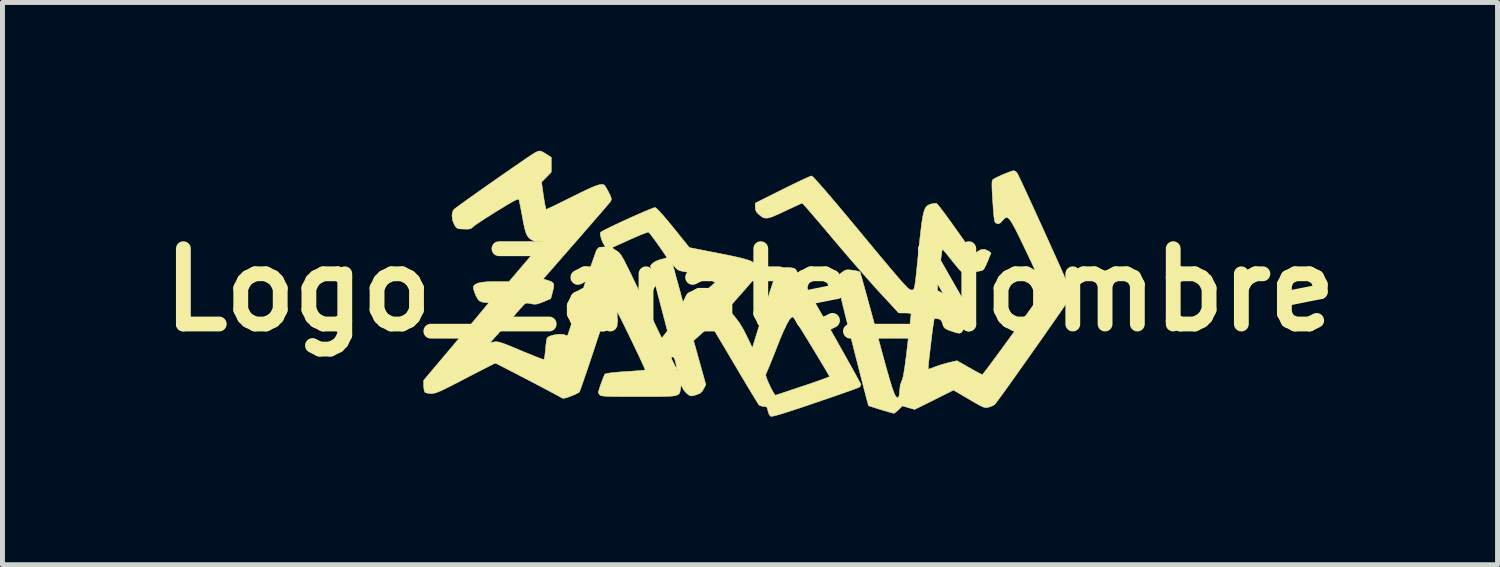
<source format=kicad_pcb>
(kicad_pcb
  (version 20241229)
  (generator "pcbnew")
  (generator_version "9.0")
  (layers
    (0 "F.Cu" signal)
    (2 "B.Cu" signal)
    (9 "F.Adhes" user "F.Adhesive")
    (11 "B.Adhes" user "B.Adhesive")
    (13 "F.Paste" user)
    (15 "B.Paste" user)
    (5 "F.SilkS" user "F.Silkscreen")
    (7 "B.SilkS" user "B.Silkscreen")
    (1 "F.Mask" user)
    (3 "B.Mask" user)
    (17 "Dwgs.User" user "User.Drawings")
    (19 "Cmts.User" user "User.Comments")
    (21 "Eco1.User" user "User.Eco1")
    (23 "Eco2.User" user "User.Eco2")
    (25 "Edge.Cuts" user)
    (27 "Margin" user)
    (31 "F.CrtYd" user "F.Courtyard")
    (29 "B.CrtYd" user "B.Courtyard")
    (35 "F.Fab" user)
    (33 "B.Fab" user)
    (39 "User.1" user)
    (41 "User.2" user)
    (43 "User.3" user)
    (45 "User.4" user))
  (footprint "Logo_Zarate_Nombre"
    (layer "F.Cu")
    (at 12.127 2.817)
    (property "Reference" "Logo_Zarate_Nombre" (at 0 0 0) (layer "F.SilkS") (effects (font (size 1.524 1.524) (thickness 0.3))))
    (attr through_hole)
    (fp_poly (pts (xy 5.377 -2.396) (xy 5.406 -2.365) (xy 5.422 -2.334) (xy 5.453 -2.27) (xy 5.498 -2.175) (xy 5.554 -2.055) (xy 5.619 -1.914) (xy 5.692 -1.755) (xy 5.771 -1.582) (xy 5.854 -1.4) (xy 5.94 -1.212) (xy 6.026 -1.022) (xy 6.11 -0.835) (xy 6.192 -0.655) (xy 6.268 -0.485) (xy 6.337 -0.329) (xy 6.398 -0.192) (xy 6.449 -0.077) (xy 6.487 0.011) (xy 6.511 0.068) (xy 6.519 0.091) (xy 6.507 0.112) (xy 6.473 0.165) (xy 6.42 0.244) (xy 6.349 0.347) (xy 6.264 0.471) (xy 6.167 0.611) (xy 6.06 0.763) (xy 5.947 0.926) (xy 5.829 1.094) (xy 5.708 1.265) (xy 5.589 1.434) (xy 5.472 1.598) (xy 5.362 1.754) (xy 5.259 1.898) (xy 5.167 2.027) (xy 5.088 2.136) (xy 5.024 2.223) (xy 4.979 2.283) (xy 4.955 2.313) (xy 4.954 2.314) (xy 4.91 2.343) (xy 4.846 2.368) (xy 4.829 2.372) (xy 4.795 2.379) (xy 4.765 2.38) (xy 4.731 2.373) (xy 4.686 2.354) (xy 4.625 2.323) (xy 4.54 2.275) (xy 4.429 2.21) (xy 4.117 2.027) (xy 3.725 2.223) (xy 3.332 2.418) (xy 3.208 2.383) (xy 3.084 2.347) (xy 3.007 2.422) (xy 2.959 2.465) (xy 2.922 2.492) (xy 2.91 2.496) (xy 2.882 2.49) (xy 2.823 2.474) (xy 2.741 2.45) (xy 2.648 2.422) (xy 2.553 2.393) (xy 2.474 2.368) (xy 2.42 2.35) (xy 2.397 2.341) (xy 2.391 2.319) (xy 2.375 2.26) (xy 2.35 2.167) (xy 2.318 2.044) (xy 2.279 1.893) (xy 2.234 1.719) (xy 2.185 1.524) (xy 2.131 1.314) (xy 2.074 1.09) (xy 2.063 1.046) (xy 1.995 0.775) (xy 1.936 0.542) (xy 1.887 0.345) (xy 1.848 0.181) (xy 1.816 0.047) (xy 1.792 -0.06) (xy 1.775 -0.141) (xy 1.764 -0.201) (xy 1.76 -0.241) (xy 1.76 -0.264) (xy 1.763 -0.272) (xy 1.796 -0.304) (xy 1.847 -0.345) (xy 1.867 -0.36) (xy 1.913 -0.391) (xy 1.952 -0.406) (xy 2.001 -0.407) (xy 2.076 -0.399) (xy 2.077 -0.399) (xy 2.149 -0.387) (xy 2.202 -0.374) (xy 2.224 -0.365) (xy 2.232 -0.342) (xy 2.25 -0.282) (xy 2.277 -0.188) (xy 2.311 -0.065) (xy 2.353 0.086) (xy 2.4 0.259) (xy 2.453 0.452) (xy 2.509 0.66) (xy 2.567 0.876) (xy 2.639 1.144) (xy 2.702 1.374) (xy 2.755 1.568) (xy 2.801 1.73) (xy 2.84 1.862) (xy 2.872 1.966) (xy 2.9 2.046) (xy 2.923 2.105) (xy 2.943 2.144) (xy 2.961 2.167) (xy 2.977 2.177) (xy 2.993 2.176) (xy 3.004 2.171) (xy 3.016 2.143) (xy 3.025 2.088) (xy 3.027 2.04) (xy 3.041 1.92) (xy 3.069 1.846) (xy 3.083 1.811) (xy 3.097 1.759) (xy 3.111 1.685) (xy 3.128 1.584) (xy 3.146 1.453) (xy 3.167 1.288) (xy 3.185 1.132) (xy 3.204 0.973) (xy 3.221 0.827) (xy 3.236 0.7) (xy 3.247 0.597) (xy 3.256 0.524) (xy 3.26 0.486) (xy 3.26 0.482) (xy 3.241 0.473) (xy 3.191 0.467) (xy 3.135 0.466) (xy 3.01 0.466) (xy 2.632 0.058) (xy 2.532 -0.052) (xy 2.411 -0.188) (xy 2.273 -0.343) (xy 2.126 -0.512) (xy 1.974 -0.688) (xy 1.824 -0.864) (xy 1.68 -1.033) (xy 1.663 -1.053) (xy 1.539 -1.201) (xy 1.423 -1.338) (xy 1.317 -1.461) (xy 1.226 -1.568) (xy 1.152 -1.653) (xy 1.097 -1.715) (xy 1.065 -1.75) (xy 1.057 -1.757) (xy 1.034 -1.748) (xy 0.98 -1.724) (xy 0.9 -1.687) (xy 0.801 -1.641) (xy 0.708 -1.597) (xy 0.574 -1.534) (xy 0.472 -1.49) (xy 0.394 -1.463) (xy 0.335 -1.452) (xy 0.286 -1.458) (xy 0.243 -1.478) (xy 0.198 -1.512) (xy 0.178 -1.528) (xy 0.13 -1.578) (xy 0.109 -1.628) (xy 0.106 -1.674) (xy 0.106 -1.757) (xy 0.656 -2.032) (xy 0.798 -2.102) (xy 0.929 -2.166) (xy 1.045 -2.221) (xy 1.139 -2.264) (xy 1.206 -2.294) (xy 1.243 -2.307) (xy 1.246 -2.307) (xy 1.268 -2.291) (xy 1.316 -2.242) (xy 1.39 -2.161) (xy 1.49 -2.048) (xy 1.616 -1.901) (xy 1.768 -1.722) (xy 1.946 -1.51) (xy 2.15 -1.265) (xy 2.242 -1.154) (xy 2.428 -0.93) (xy 2.588 -0.737) (xy 2.726 -0.573) (xy 2.842 -0.434) (xy 2.939 -0.32) (xy 3.019 -0.227) (xy 3.084 -0.153) (xy 3.136 -0.097) (xy 3.176 -0.056) (xy 3.206 -0.028) (xy 3.229 -0.011) (xy 3.247 -0.002) (xy 3.26 0) (xy 3.278 0.001) (xy 3.292 -0.000011) (xy 3.305 -0.006) (xy 3.315 -0.02) (xy 3.325 -0.048) (xy 3.334 -0.092) (xy 3.344 -0.156) (xy 3.355 -0.245) (xy 3.368 -0.361) (xy 3.383 -0.51) (xy 3.402 -0.694) (xy 3.417 -0.841) (xy 3.439 -1.054) (xy 3.459 -1.228) (xy 3.477 -1.368) (xy 3.494 -1.478) (xy 3.513 -1.562) (xy 3.532 -1.625) (xy 3.555 -1.669) (xy 3.582 -1.699) (xy 3.614 -1.72) (xy 3.652 -1.735) (xy 3.664 -1.739) (xy 3.724 -1.751) (xy 3.769 -1.752) (xy 3.775 -1.75) (xy 3.795 -1.73) (xy 3.836 -1.681) (xy 3.894 -1.605) (xy 3.965 -1.51) (xy 4.046 -1.399) (xy 4.118 -1.298) (xy 4.206 -1.174) (xy 4.288 -1.058) (xy 4.361 -0.955) (xy 4.421 -0.871) (xy 4.463 -0.813) (xy 4.481 -0.788) (xy 4.533 -0.718) (xy 4.596 -0.772) (xy 4.675 -0.816) (xy 4.754 -0.821) (xy 4.827 -0.787) (xy 4.827 -0.786) (xy 4.876 -0.747) (xy 4.806 -0.574) (xy 4.766 -0.483) (xy 4.734 -0.426) (xy 4.705 -0.397) (xy 4.691 -0.392) (xy 4.604 -0.375) (xy 4.511 -0.359) (xy 4.424 -0.347) (xy 4.359 -0.34) (xy 4.341 -0.339) (xy 4.314 -0.345) (xy 4.282 -0.367) (xy 4.239 -0.408) (xy 4.183 -0.474) (xy 4.107 -0.569) (xy 4.096 -0.582) (xy 4.028 -0.668) (xy 3.969 -0.741) (xy 3.924 -0.794) (xy 3.898 -0.823) (xy 3.894 -0.826) (xy 3.888 -0.806) (xy 3.879 -0.752) (xy 3.868 -0.671) (xy 3.854 -0.571) (xy 3.84 -0.46) (xy 3.827 -0.345) (xy 3.814 -0.235) (xy 3.803 -0.136) (xy 3.796 -0.058) (xy 3.792 -0.006) (xy 3.793 0.011) (xy 3.813 0.022) (xy 3.863 0.049) (xy 3.935 0.087) (xy 4.007 0.125) (xy 4.102 0.176) (xy 4.193 0.225) (xy 4.266 0.268) (xy 4.3 0.288) (xy 4.387 0.342) (xy 4.372 0.536) (xy 4.357 0.666) (xy 4.335 0.761) (xy 4.303 0.827) (xy 4.27 0.864) (xy 4.243 0.875) (xy 4.198 0.871) (xy 4.127 0.851) (xy 4.104 0.843) (xy 4.017 0.813) (xy 3.961 0.787) (xy 3.928 0.758) (xy 3.907 0.719) (xy 3.895 0.677) (xy 3.873 0.622) (xy 3.84 0.594) (xy 3.807 0.585) (xy 3.757 0.579) (xy 3.729 0.582) (xy 3.728 0.583) (xy 3.723 0.606) (xy 3.713 0.664) (xy 3.701 0.749) (xy 3.687 0.856) (xy 3.672 0.976) (xy 3.657 1.102) (xy 3.642 1.228) (xy 3.628 1.346) (xy 3.617 1.449) (xy 3.609 1.531) (xy 3.605 1.584) (xy 3.605 1.601) (xy 3.627 1.598) (xy 3.677 1.582) (xy 3.738 1.558) (xy 3.824 1.527) (xy 3.929 1.495) (xy 4.025 1.47) (xy 4.188 1.432) (xy 4.435 1.573) (xy 4.528 1.625) (xy 4.607 1.669) (xy 4.666 1.699) (xy 4.697 1.714) (xy 4.7 1.714) (xy 4.715 1.698) (xy 4.753 1.651) (xy 4.809 1.577) (xy 4.881 1.481) (xy 4.966 1.366) (xy 5.061 1.237) (xy 5.163 1.098) (xy 5.269 0.952) (xy 5.377 0.803) (xy 5.483 0.656) (xy 5.584 0.514) (xy 5.679 0.382) (xy 5.763 0.263) (xy 5.834 0.162) (xy 5.889 0.082) (xy 5.925 0.028) (xy 5.939 0.003) (xy 5.939 0.003) (xy 5.932 -0.024) (xy 5.908 -0.084) (xy 5.87 -0.173) (xy 5.82 -0.287) (xy 5.759 -0.42) (xy 5.689 -0.57) (xy 5.613 -0.73) (xy 5.519 -0.927) (xy 5.441 -1.088) (xy 5.377 -1.216) (xy 5.324 -1.315) (xy 5.281 -1.387) (xy 5.246 -1.434) (xy 5.216 -1.46) (xy 5.19 -1.467) (xy 5.165 -1.458) (xy 5.139 -1.437) (xy 5.111 -1.405) (xy 5.111 -1.404) (xy 5.065 -1.357) (xy 5.029 -1.339) (xy 5 -1.343) (xy 4.98 -1.35) (xy 4.965 -1.362) (xy 4.953 -1.384) (xy 4.944 -1.422) (xy 4.936 -1.48) (xy 4.928 -1.564) (xy 4.919 -1.68) (xy 4.909 -1.828) (xy 4.901 -1.967) (xy 4.896 -2.07) (xy 4.895 -2.142) (xy 4.897 -2.189) (xy 4.904 -2.218) (xy 4.914 -2.233) (xy 4.948 -2.255) (xy 5.011 -2.287) (xy 5.09 -2.323) (xy 5.174 -2.358) (xy 5.251 -2.388) (xy 5.311 -2.408) (xy 5.337 -2.413) (xy 5.377 -2.396)) (stroke (width 0.01) (type solid)) (fill yes) (layer "F.SilkS"))
    (fp_poly (pts (xy -4.207 -2.798) (xy -4.146 -2.763) (xy -4.124 -2.749) (xy -4.022 -2.684) (xy -4.022 -2.533) (xy -4.022 -2.383) (xy -4.219 -2.182) (xy -4.18 -1.906) (xy -4.164 -1.804) (xy -4.149 -1.719) (xy -4.135 -1.659) (xy -4.125 -1.631) (xy -4.123 -1.63) (xy -4.101 -1.639) (xy -4.045 -1.665) (xy -3.962 -1.704) (xy -3.856 -1.756) (xy -3.733 -1.817) (xy -3.598 -1.884) (xy -3.43 -1.967) (xy -3.295 -2.032) (xy -3.188 -2.08) (xy -3.106 -2.112) (xy -3.045 -2.13) (xy -3 -2.135) (xy -2.967 -2.13) (xy -2.95 -2.122) (xy -2.929 -2.096) (xy -2.897 -2.043) (xy -2.86 -1.975) (xy -2.859 -1.972) (xy -2.824 -1.9) (xy -2.808 -1.854) (xy -2.807 -1.823) (xy -2.82 -1.796) (xy -2.822 -1.792) (xy -2.842 -1.767) (xy -2.887 -1.714) (xy -2.954 -1.635) (xy -3.04 -1.535) (xy -3.143 -1.416) (xy -3.259 -1.282) (xy -3.386 -1.136) (xy -3.519 -0.984) (xy -4.185 -0.222) (xy -4.099 -0.196) (xy -4.026 -0.17) (xy -3.984 -0.141) (xy -3.97 -0.099) (xy -3.977 -0.034) (xy -3.994 0.033) (xy -4.032 0.177) (xy -4.18 0.239) (xy -4.26 0.27) (xy -4.317 0.286) (xy -4.366 0.289) (xy -4.422 0.281) (xy -4.434 0.278) (xy -4.498 0.267) (xy -4.537 0.269) (xy -4.567 0.289) (xy -4.593 0.316) (xy -4.623 0.35) (xy -4.676 0.409) (xy -4.746 0.489) (xy -4.83 0.583) (xy -4.922 0.687) (xy -4.952 0.72) (xy -5.257 1.065) (xy -5.171 1.051) (xy -5.139 1.048) (xy -5.104 1.051) (xy -5.06 1.061) (xy -5 1.08) (xy -4.92 1.11) (xy -4.814 1.153) (xy -4.676 1.21) (xy -4.636 1.228) (xy -4.507 1.281) (xy -4.391 1.328) (xy -4.294 1.366) (xy -4.222 1.393) (xy -4.179 1.407) (xy -4.17 1.408) (xy -4.162 1.384) (xy -4.152 1.327) (xy -4.143 1.248) (xy -4.139 1.202) (xy -4.13 1.112) (xy -4.12 1.035) (xy -4.11 0.984) (xy -4.105 0.972) (xy -4.071 0.944) (xy -4.008 0.921) (xy -3.93 0.904) (xy -3.85 0.896) (xy -3.783 0.9) (xy -3.761 0.906) (xy -3.716 0.922) (xy -3.693 0.926) (xy -3.693 0.926) (xy -3.685 0.905) (xy -3.666 0.849) (xy -3.637 0.76) (xy -3.598 0.644) (xy -3.551 0.505) (xy -3.499 0.346) (xy -3.441 0.172) (xy -3.408 0.074) (xy -3.348 -0.108) (xy -3.29 -0.279) (xy -3.237 -0.435) (xy -3.19 -0.57) (xy -3.151 -0.681) (xy -3.122 -0.762) (xy -3.103 -0.81) (xy -3.098 -0.82) (xy -3.067 -0.849) (xy -2.781 -0.849) (xy -2.758 -0.828) (xy -2.703 -0.793) (xy -2.68 -0.778) (xy -2.658 -0.761) (xy -2.637 -0.739) (xy -2.614 -0.71) (xy -2.588 -0.668) (xy -2.555 -0.611) (xy -2.516 -0.534) (xy -2.466 -0.436) (xy -2.405 -0.311) (xy -2.331 -0.157) (xy -2.241 0.031) (xy -2.198 0.121) (xy -2.113 0.297) (xy -2.035 0.461) (xy -1.964 0.609) (xy -1.902 0.737) (xy -1.852 0.841) (xy -1.814 0.918) (xy -1.792 0.963) (xy -1.786 0.974) (xy -1.773 0.959) (xy -1.743 0.921) (xy -1.727 0.901) (xy -1.672 0.828) (xy -1.844 0.17) (xy -2.016 -0.489) (xy -1.991 -0.515) (xy -1.565 -0.515) (xy -1.502 -0.284) (xy -1.468 -0.162) (xy -1.431 -0.026) (xy -1.397 0.1) (xy -1.383 0.153) (xy -1.359 0.24) (xy -1.339 0.308) (xy -1.326 0.351) (xy -1.322 0.36) (xy -1.308 0.344) (xy -1.274 0.302) (xy -1.226 0.241) (xy -1.197 0.203) (xy -1.137 0.128) (xy -1.093 0.079) (xy -1.053 0.049) (xy -1.009 0.031) (xy -0.967 0.02) (xy -0.897 -0.003) (xy -0.834 -0.039) (xy -0.763 -0.098) (xy -0.735 -0.125) (xy -0.675 -0.184) (xy -0.642 -0.222) (xy -0.635 -0.244) (xy -0.647 -0.256) (xy -0.65 -0.258) (xy -0.682 -0.265) (xy -0.749 -0.278) (xy -0.843 -0.294) (xy -0.957 -0.312) (xy -1.069 -0.329) (xy -1.204 -0.349) (xy -1.304 -0.365) (xy -1.376 -0.379) (xy -1.425 -0.392) (xy -1.458 -0.407) (xy -1.483 -0.425) (xy -1.505 -0.447) (xy -1.507 -0.45) (xy -1.565 -0.515) (xy -1.991 -0.515) (xy -1.968 -0.54) (xy -1.911 -0.579) (xy -1.829 -0.611) (xy -1.806 -0.617) (xy -1.742 -0.633) (xy -1.697 -0.647) (xy -1.684 -0.654) (xy -1.693 -0.674) (xy -1.723 -0.72) (xy -1.767 -0.785) (xy -1.821 -0.862) (xy -1.879 -0.944) (xy -1.937 -1.023) (xy -1.988 -1.092) (xy -2.028 -1.144) (xy -2.049 -1.168) (xy -2.073 -1.166) (xy -2.129 -1.148) (xy -2.209 -1.117) (xy -2.307 -1.075) (xy -2.383 -1.042) (xy -2.493 -0.992) (xy -2.593 -0.946) (xy -2.675 -0.91) (xy -2.731 -0.884) (xy -2.75 -0.876) (xy -2.777 -0.863) (xy -2.781 -0.849) (xy -3.067 -0.849) (xy -3.06 -0.856) (xy -3 -0.868) (xy -2.991 -0.868) (xy -2.942 -0.87) (xy -2.929 -0.879) (xy -2.944 -0.901) (xy -2.947 -0.905) (xy -2.975 -0.951) (xy -3.002 -1.015) (xy -3.022 -1.082) (xy -3.031 -1.137) (xy -3.027 -1.163) (xy -3.003 -1.181) (xy -2.946 -1.212) (xy -2.862 -1.254) (xy -2.758 -1.305) (xy -2.639 -1.36) (xy -2.513 -1.419) (xy -2.384 -1.477) (xy -2.26 -1.532) (xy -2.146 -1.582) (xy -2.049 -1.622) (xy -1.974 -1.652) (xy -1.928 -1.667) (xy -1.918 -1.668) (xy -1.891 -1.649) (xy -1.841 -1.6) (xy -1.772 -1.523) (xy -1.684 -1.421) (xy -1.582 -1.298) (xy -1.551 -1.259) (xy -1.227 -0.857) (xy -0.627 -0.739) (xy -0.434 -0.701) (xy -0.279 -0.668) (xy -0.157 -0.639) (xy -0.063 -0.613) (xy 0.006 -0.589) (xy 0.056 -0.563) (xy 0.09 -0.536) (xy 0.113 -0.505) (xy 0.128 -0.472) (xy 0.144 -0.426) (xy 0.15 -0.384) (xy 0.145 -0.341) (xy 0.124 -0.293) (xy 0.086 -0.234) (xy 0.027 -0.159) (xy -0.055 -0.063) (xy -0.15 0.045) (xy -0.448 0.382) (xy -0.315 0.535) (xy -0.22 0.658) (xy -0.133 0.802) (xy -0.068 0.93) (xy 0.047 1.171) (xy 0.29 0.39) (xy 0.345 0.215) (xy 0.397 0.052) (xy 0.445 -0.094) (xy 0.486 -0.218) (xy 0.52 -0.317) (xy 0.545 -0.385) (xy 0.56 -0.419) (xy 0.561 -0.421) (xy 0.6 -0.439) (xy 0.667 -0.45) (xy 0.746 -0.454) (xy 0.824 -0.45) (xy 0.887 -0.439) (xy 0.917 -0.423) (xy 0.934 -0.398) (xy 0.969 -0.34) (xy 1.021 -0.254) (xy 1.086 -0.142) (xy 1.162 -0.01) (xy 1.249 0.14) (xy 1.342 0.303) (xy 1.441 0.476) (xy 1.542 0.654) (xy 1.645 0.835) (xy 1.746 1.013) (xy 1.843 1.186) (xy 1.935 1.35) (xy 2.019 1.5) (xy 2.093 1.632) (xy 2.154 1.744) (xy 2.201 1.83) (xy 2.232 1.888) (xy 2.244 1.914) (xy 2.244 1.914) (xy 2.229 1.951) (xy 2.216 1.965) (xy 2.191 1.976) (xy 2.13 2) (xy 2.037 2.034) (xy 1.917 2.076) (xy 1.773 2.127) (xy 1.611 2.183) (xy 1.434 2.243) (xy 1.318 2.283) (xy 1.103 2.356) (xy 0.924 2.415) (xy 0.779 2.463) (xy 0.664 2.499) (xy 0.574 2.526) (xy 0.508 2.544) (xy 0.462 2.554) (xy 0.432 2.557) (xy 0.414 2.554) (xy 0.411 2.552) (xy 0.385 2.515) (xy 0.365 2.457) (xy 0.362 2.443) (xy 0.35 2.389) (xy 0.329 2.365) (xy 0.287 2.358) (xy 0.279 2.358) (xy 0.222 2.348) (xy 0.181 2.327) (xy 0.181 2.326) (xy 0.164 2.302) (xy 0.129 2.245) (xy 0.077 2.16) (xy 0.01 2.051) (xy -0.068 1.921) (xy -0.155 1.775) (xy -0.196 1.707) (xy 0.319 1.707) (xy 0.321 1.739) (xy 0.335 1.787) (xy 0.365 1.859) (xy 0.398 1.932) (xy 0.439 2.016) (xy 0.476 2.081) (xy 0.504 2.122) (xy 0.517 2.131) (xy 0.542 2.122) (xy 0.603 2.102) (xy 0.692 2.073) (xy 0.805 2.035) (xy 0.936 1.991) (xy 1.074 1.945) (xy 1.216 1.898) (xy 1.344 1.854) (xy 1.452 1.815) (xy 1.536 1.784) (xy 1.59 1.763) (xy 1.609 1.752) (xy 1.598 1.731) (xy 1.568 1.679) (xy 1.523 1.601) (xy 1.464 1.503) (xy 1.396 1.39) (xy 1.322 1.267) (xy 1.244 1.139) (xy 1.167 1.012) (xy 1.092 0.891) (xy 1.024 0.781) (xy 0.965 0.687) (xy 0.919 0.614) (xy 0.889 0.568) (xy 0.88 0.555) (xy 0.854 0.546) (xy 0.822 0.569) (xy 0.782 0.624) (xy 0.733 0.714) (xy 0.674 0.84) (xy 0.605 1.003) (xy 0.541 1.164) (xy 0.488 1.3) (xy 0.438 1.424) (xy 0.395 1.53) (xy 0.36 1.613) (xy 0.337 1.667) (xy 0.329 1.683) (xy 0.319 1.707) (xy -0.196 1.707) (xy -0.249 1.617) (xy -0.285 1.556) (xy -0.382 1.393) (xy -0.472 1.24) (xy -0.554 1.102) (xy -0.626 0.982) (xy -0.684 0.884) (xy -0.727 0.813) (xy -0.751 0.773) (xy -0.755 0.766) (xy -0.785 0.718) (xy -0.864 0.782) (xy -0.924 0.832) (xy -0.996 0.895) (xy -1.042 0.936) (xy -1.142 1.027) (xy -0.894 1.916) (xy -0.934 1.994) (xy -0.969 2.052) (xy -1.01 2.09) (xy -1.072 2.117) (xy -1.127 2.134) (xy -1.183 2.145) (xy -1.224 2.136) (xy -1.271 2.102) (xy -1.273 2.1) (xy -1.324 2.047) (xy -1.362 1.99) (xy -1.366 1.982) (xy -1.392 1.919) (xy -1.407 2.007) (xy -1.414 2.046) (xy -1.422 2.077) (xy -1.437 2.102) (xy -1.462 2.121) (xy -1.501 2.135) (xy -1.558 2.146) (xy -1.637 2.152) (xy -1.742 2.156) (xy -1.877 2.158) (xy -2.047 2.159) (xy -2.255 2.159) (xy -2.257 2.159) (xy -2.458 2.159) (xy -2.62 2.158) (xy -2.748 2.157) (xy -2.847 2.154) (xy -2.919 2.151) (xy -2.971 2.147) (xy -3.005 2.141) (xy -3.026 2.133) (xy -3.036 2.126) (xy -3.062 2.093) (xy -3.069 2.078) (xy -3.062 2.044) (xy -3.044 1.984) (xy -3.019 1.909) (xy -2.99 1.831) (xy -2.964 1.762) (xy -2.943 1.715) (xy -2.934 1.701) (xy -2.905 1.691) (xy -2.837 1.68) (xy -2.737 1.669) (xy -2.609 1.658) (xy -2.52 1.652) (xy -2.396 1.644) (xy -2.287 1.636) (xy -2.2 1.629) (xy -2.143 1.623) (xy -2.121 1.62) (xy -2.121 1.619) (xy -1.482 1.619) (xy -1.471 1.63) (xy -1.46 1.619) (xy -1.471 1.609) (xy -1.482 1.619) (xy -2.121 1.619) (xy -2.128 1.599) (xy -2.151 1.545) (xy -2.189 1.462) (xy -2.23 1.374) (xy -1.593 1.374) (xy -1.579 1.412) (xy -1.551 1.47) (xy -1.521 1.53) (xy -1.498 1.569) (xy -1.488 1.579) (xy -1.488 1.557) (xy -1.497 1.506) (xy -1.506 1.464) (xy -1.526 1.395) (xy -1.548 1.362) (xy -1.57 1.355) (xy -1.589 1.358) (xy -1.593 1.374) (xy -2.23 1.374) (xy -2.24 1.353) (xy -2.302 1.223) (xy -2.372 1.076) (xy -2.449 0.916) (xy -2.457 0.9) (xy -2.535 0.741) (xy -2.607 0.594) (xy -2.673 0.465) (xy -2.728 0.358) (xy -2.772 0.276) (xy -2.802 0.224) (xy -2.816 0.206) (xy -2.816 0.206) (xy -2.826 0.229) (xy -2.847 0.288) (xy -2.879 0.379) (xy -2.92 0.498) (xy -2.968 0.64) (xy -3.023 0.803) (xy -3.083 0.981) (xy -3.133 1.132) (xy -3.195 1.32) (xy -3.254 1.496) (xy -3.308 1.656) (xy -3.356 1.795) (xy -3.396 1.91) (xy -3.426 1.996) (xy -3.446 2.049) (xy -3.453 2.066) (xy -3.48 2.084) (xy -3.536 2.112) (xy -3.609 2.143) (xy -3.622 2.148) (xy -3.707 2.179) (xy -3.763 2.192) (xy -3.797 2.19) (xy -3.808 2.184) (xy -3.837 2.167) (xy -3.897 2.135) (xy -3.982 2.089) (xy -4.089 2.032) (xy -4.211 1.968) (xy -4.343 1.898) (xy -4.481 1.826) (xy -4.619 1.754) (xy -4.751 1.686) (xy -4.873 1.623) (xy -4.979 1.568) (xy -5.064 1.525) (xy -5.124 1.495) (xy -5.152 1.482) (xy -5.153 1.482) (xy -5.175 1.491) (xy -5.23 1.518) (xy -5.313 1.56) (xy -5.42 1.614) (xy -5.545 1.679) (xy -5.685 1.751) (xy -5.757 1.789) (xy -5.924 1.876) (xy -6.058 1.944) (xy -6.164 1.998) (xy -6.246 2.037) (xy -6.31 2.064) (xy -6.359 2.082) (xy -6.398 2.091) (xy -6.432 2.095) (xy -6.449 2.095) (xy -6.515 2.091) (xy -6.565 2.078) (xy -6.579 2.07) (xy -6.593 2.035) (xy -6.602 1.975) (xy -6.604 1.937) (xy -6.604 1.829) (xy -5.948 1.052) (xy -5.817 0.897) (xy -5.694 0.751) (xy -5.583 0.619) (xy -5.487 0.503) (xy -5.406 0.406) (xy -5.345 0.332) (xy -5.306 0.284) (xy -5.292 0.265) (xy -5.292 0.264) (xy -5.31 0.257) (xy -5.355 0.254) (xy -5.361 0.254) (xy -5.425 0.244) (xy -5.476 0.222) (xy -5.508 0.185) (xy -5.542 0.125) (xy -5.572 0.054) (xy -5.593 -0.013) (xy -5.599 -0.061) (xy -5.597 -0.07) (xy -5.567 -0.109) (xy -5.509 -0.137) (xy -5.42 -0.156) (xy -5.294 -0.167) (xy -5.157 -0.169) (xy -4.876 -0.169) (xy -4.539 -0.565) (xy -4.445 -0.675) (xy -4.361 -0.775) (xy -4.29 -0.859) (xy -4.236 -0.924) (xy -4.204 -0.965) (xy -4.195 -0.977) (xy -4.208 -0.984) (xy -4.25 -0.982) (xy -4.26 -0.981) (xy -4.347 -0.984) (xy -4.394 -1.001) (xy -4.445 -1.031) (xy -4.484 -1.064) (xy -4.514 -1.109) (xy -4.54 -1.172) (xy -4.563 -1.259) (xy -4.588 -1.377) (xy -4.603 -1.46) (xy -4.625 -1.576) (xy -4.644 -1.678) (xy -4.661 -1.76) (xy -4.672 -1.812) (xy -4.676 -1.826) (xy -4.685 -1.835) (xy -4.705 -1.833) (xy -4.74 -1.82) (xy -4.794 -1.792) (xy -4.871 -1.749) (xy -4.975 -1.686) (xy -5.11 -1.603) (xy -5.123 -1.596) (xy -5.247 -1.518) (xy -5.362 -1.445) (xy -5.461 -1.38) (xy -5.539 -1.328) (xy -5.59 -1.291) (xy -5.606 -1.277) (xy -5.637 -1.249) (xy -5.673 -1.235) (xy -5.725 -1.23) (xy -5.796 -1.232) (xy -5.871 -1.236) (xy -5.917 -1.245) (xy -5.946 -1.265) (xy -5.971 -1.301) (xy -5.984 -1.323) (xy -6.019 -1.411) (xy -6.031 -1.502) (xy -6.02 -1.581) (xy -5.995 -1.625) (xy -5.971 -1.645) (xy -5.915 -1.687) (xy -5.834 -1.746) (xy -5.73 -1.821) (xy -5.609 -1.907) (xy -5.474 -2.003) (xy -5.331 -2.104) (xy -5.182 -2.208) (xy -5.034 -2.312) (xy -4.889 -2.412) (xy -4.752 -2.507) (xy -4.628 -2.592) (xy -4.521 -2.666) (xy -4.434 -2.724) (xy -4.373 -2.763) (xy -4.344 -2.781) (xy -4.292 -2.805) (xy -4.251 -2.812) (xy -4.207 -2.798)) (stroke (width 0.01) (type solid)) (fill yes) (layer "F.SilkS")))
  (gr_rect
    (start -3 -3)
    (end 27.253 8.378)
    (stroke (width 0.1) (type default))
    (fill no)
    (layer "Edge.Cuts")))
</source>
